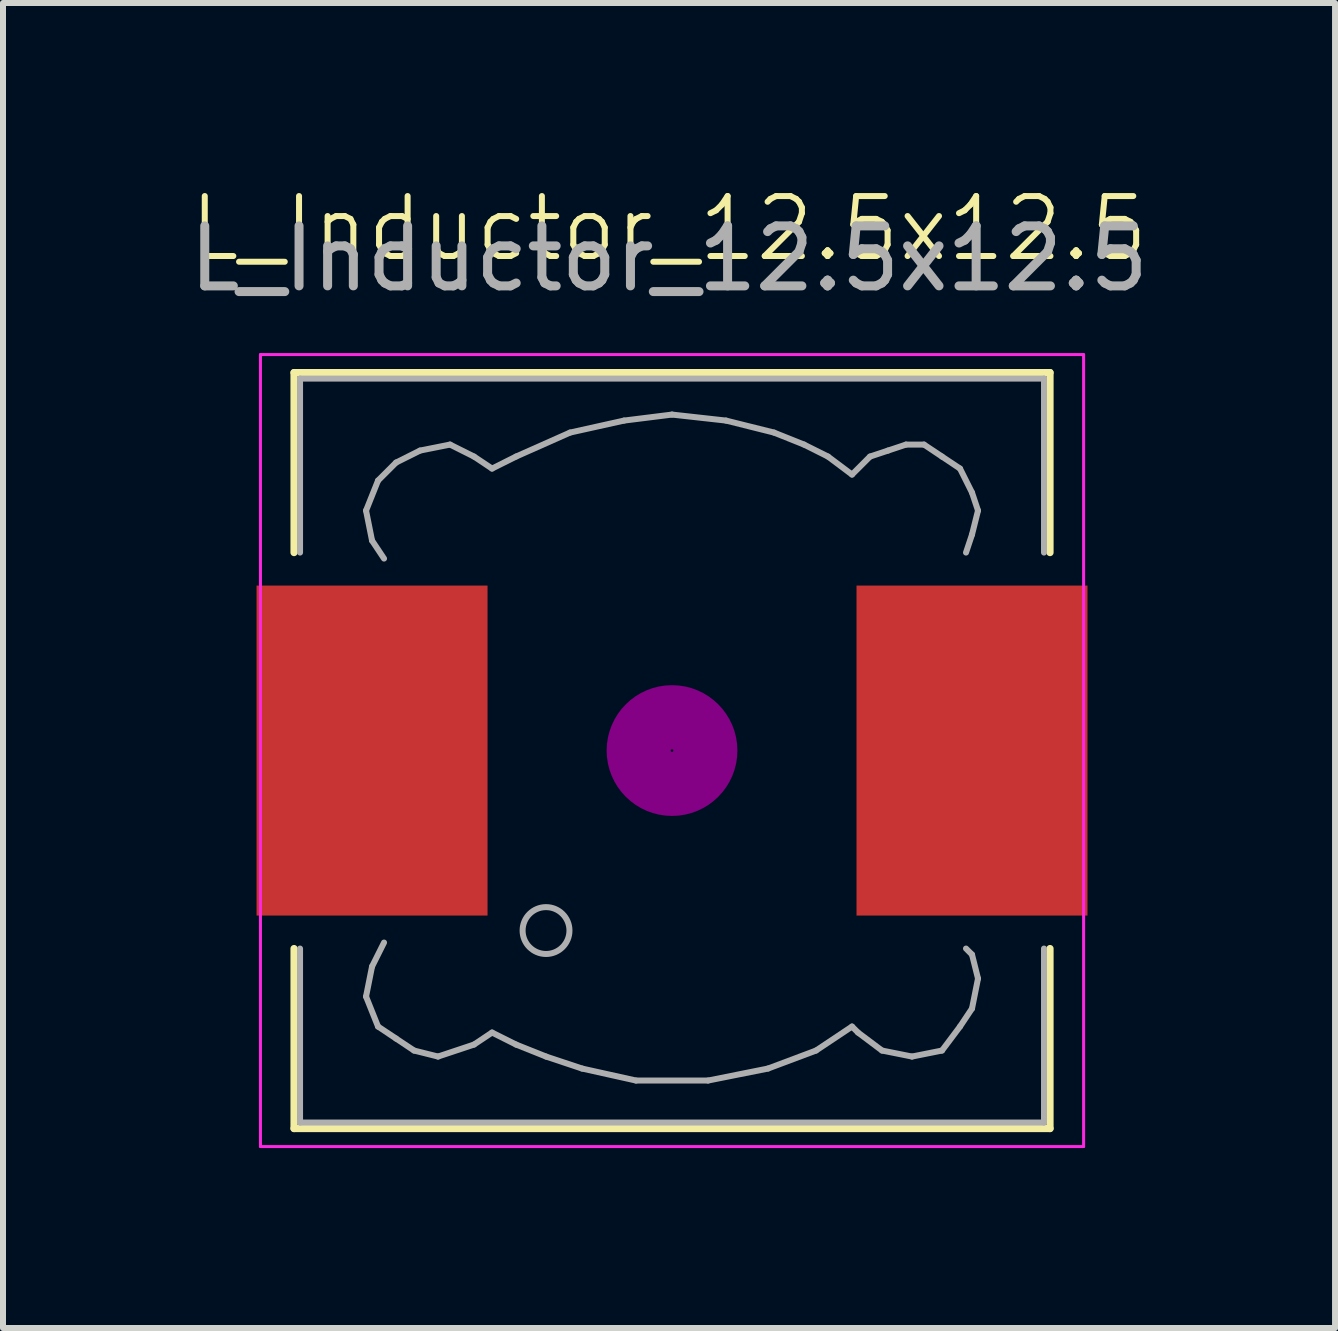
<source format=kicad_pcb>
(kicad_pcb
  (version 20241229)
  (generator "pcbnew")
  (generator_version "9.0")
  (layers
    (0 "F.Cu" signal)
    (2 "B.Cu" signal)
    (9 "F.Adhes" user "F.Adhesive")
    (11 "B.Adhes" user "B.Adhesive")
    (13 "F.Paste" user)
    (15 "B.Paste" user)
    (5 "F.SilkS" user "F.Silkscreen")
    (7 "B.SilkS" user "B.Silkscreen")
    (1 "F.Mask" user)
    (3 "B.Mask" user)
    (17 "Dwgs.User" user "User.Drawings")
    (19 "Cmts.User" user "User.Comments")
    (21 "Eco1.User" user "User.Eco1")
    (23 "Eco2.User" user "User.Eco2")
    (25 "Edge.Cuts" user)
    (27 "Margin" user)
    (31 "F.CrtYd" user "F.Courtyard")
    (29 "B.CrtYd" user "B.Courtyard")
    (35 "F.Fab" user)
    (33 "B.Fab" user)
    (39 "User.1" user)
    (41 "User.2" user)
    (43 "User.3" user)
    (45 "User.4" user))
  (footprint "L_Inductor_12.5x12.5"
    (layer "F.Cu")
    (at 8.151 9.46)
    (property "Reference" "L_Inductor_12.5x12.5" (at -0.05 -8.7 0) (unlocked yes) (layer "F.SilkS") (effects (font (size 1 1) (thickness 0.1))))
    (attr smd)
    (fp_line (start -6.3 -6.3) (end 6.3 -6.3) (stroke (width 0.12) (type solid)) (layer "F.SilkS"))
    (fp_line (start -6.3 -3.3) (end -6.3 -6.3) (stroke (width 0.12) (type solid)) (layer "F.SilkS"))
    (fp_line (start -6.3 6.3) (end -6.3 3.3) (stroke (width 0.12) (type solid)) (layer "F.SilkS"))
    (fp_line (start 6.3 -6.3) (end 6.3 -3.3) (stroke (width 0.12) (type solid)) (layer "F.SilkS"))
    (fp_line (start 6.3 3.3) (end 6.3 6.3) (stroke (width 0.12) (type solid)) (layer "F.SilkS"))
    (fp_line (start 6.3 6.3) (end -6.3 6.3) (stroke (width 0.12) (type solid)) (layer "F.SilkS"))
    (fp_circle (center 0 0) (end 0.15 0.15) (stroke (width 0.38) (type solid)) (fill no) (layer "F.Adhes"))
    (fp_circle (center 0 0) (end 0.55 0) (stroke (width 0.38) (type solid)) (fill no) (layer "F.Adhes"))
    (fp_circle (center 0 0) (end 0.9 0) (stroke (width 0.38) (type solid)) (fill no) (layer "F.Adhes"))
    (fp_line (start -6.86 -6.6) (end 6.86 -6.6) (stroke (width 0.05) (type solid)) (layer "F.CrtYd"))
    (fp_line (start -6.86 6.6) (end -6.86 -6.6) (stroke (width 0.05) (type solid)) (layer "F.CrtYd"))
    (fp_line (start 6.86 -6.6) (end 6.86 6.6) (stroke (width 0.05) (type solid)) (layer "F.CrtYd"))
    (fp_line (start 6.86 6.6) (end -6.86 6.6) (stroke (width 0.05) (type solid)) (layer "F.CrtYd"))
    (fp_line (start -6.2 -6.2) (end -6.2 -3.3) (stroke (width 0.1) (type solid)) (layer "F.Fab"))
    (fp_line (start -6.2 3.3) (end -6.2 6.2) (stroke (width 0.1) (type solid)) (layer "F.Fab"))
    (fp_line (start -6.2 6.2) (end 6.2 6.2) (stroke (width 0.1) (type solid)) (layer "F.Fab"))
    (fp_line (start -5.1 -4) (end -5 -3.5) (stroke (width 0.1) (type solid)) (layer "F.Fab"))
    (fp_line (start -5.1 4.1) (end -5 3.6) (stroke (width 0.1) (type solid)) (layer "F.Fab"))
    (fp_line (start -5 -3.5) (end -4.8 -3.2) (stroke (width 0.1) (type solid)) (layer "F.Fab"))
    (fp_line (start -5 3.6) (end -4.8 3.2) (stroke (width 0.1) (type solid)) (layer "F.Fab"))
    (fp_line (start -4.9 -4.5) (end -5.1 -4) (stroke (width 0.1) (type solid)) (layer "F.Fab"))
    (fp_line (start -4.9 4.6) (end -5.1 4.1) (stroke (width 0.1) (type solid)) (layer "F.Fab"))
    (fp_line (start -4.6 -4.8) (end -4.9 -4.5) (stroke (width 0.1) (type solid)) (layer "F.Fab"))
    (fp_line (start -4.6 4.8) (end -4.9 4.6) (stroke (width 0.1) (type solid)) (layer "F.Fab"))
    (fp_line (start -4.3 5) (end -4.6 4.8) (stroke (width 0.1) (type solid)) (layer "F.Fab"))
    (fp_line (start -4.2 -5) (end -4.6 -4.8) (stroke (width 0.1) (type solid)) (layer "F.Fab"))
    (fp_line (start -3.9 5.1) (end -4.3 5) (stroke (width 0.1) (type solid)) (layer "F.Fab"))
    (fp_line (start -3.7 -5.1) (end -4.2 -5) (stroke (width 0.1) (type solid)) (layer "F.Fab"))
    (fp_line (start -3.3 -4.9) (end -3.7 -5.1) (stroke (width 0.1) (type solid)) (layer "F.Fab"))
    (fp_line (start -3.3 4.9) (end -3.9 5.1) (stroke (width 0.1) (type solid)) (layer "F.Fab"))
    (fp_line (start -3 -4.7) (end -3.3 -4.9) (stroke (width 0.1) (type solid)) (layer "F.Fab"))
    (fp_line (start -3 4.7) (end -3.3 4.9) (stroke (width 0.1) (type solid)) (layer "F.Fab"))
    (fp_line (start -2.6 -4.9) (end -3 -4.7) (stroke (width 0.1) (type solid)) (layer "F.Fab"))
    (fp_line (start -2.6 4.9) (end -3 4.7) (stroke (width 0.1) (type solid)) (layer "F.Fab"))
    (fp_line (start -2.1 5.1) (end -2.6 4.9) (stroke (width 0.1) (type solid)) (layer "F.Fab"))
    (fp_line (start -1.7 -5.3) (end -2.6 -4.9) (stroke (width 0.1) (type solid)) (layer "F.Fab"))
    (fp_line (start -1.5 5.3) (end -2.1 5.1) (stroke (width 0.1) (type solid)) (layer "F.Fab"))
    (fp_line (start -0.8 -5.5) (end -1.7 -5.3) (stroke (width 0.1) (type solid)) (layer "F.Fab"))
    (fp_line (start -0.6 5.5) (end -1.5 5.3) (stroke (width 0.1) (type solid)) (layer "F.Fab"))
    (fp_line (start 0 -5.6) (end -0.8 -5.5) (stroke (width 0.1) (type solid)) (layer "F.Fab"))
    (fp_line (start 0.6 5.5) (end -0.6 5.5) (stroke (width 0.1) (type solid)) (layer "F.Fab"))
    (fp_line (start 0.9 -5.5) (end 0 -5.6) (stroke (width 0.1) (type solid)) (layer "F.Fab"))
    (fp_line (start 1.6 5.3) (end 0.6 5.5) (stroke (width 0.1) (type solid)) (layer "F.Fab"))
    (fp_line (start 1.7 -5.3) (end 0.9 -5.5) (stroke (width 0.1) (type solid)) (layer "F.Fab"))
    (fp_line (start 2.2 -5.1) (end 1.7 -5.3) (stroke (width 0.1) (type solid)) (layer "F.Fab"))
    (fp_line (start 2.4 5) (end 1.6 5.3) (stroke (width 0.1) (type solid)) (layer "F.Fab"))
    (fp_line (start 2.6 -4.9) (end 2.2 -5.1) (stroke (width 0.1) (type solid)) (layer "F.Fab"))
    (fp_line (start 3 -4.6) (end 2.6 -4.9) (stroke (width 0.1) (type solid)) (layer "F.Fab"))
    (fp_line (start 3 4.6) (end 2.4 5) (stroke (width 0.1) (type solid)) (layer "F.Fab"))
    (fp_line (start 3.1 4.7) (end 3 4.6) (stroke (width 0.1) (type solid)) (layer "F.Fab"))
    (fp_line (start 3.3 -4.9) (end 3 -4.6) (stroke (width 0.1) (type solid)) (layer "F.Fab"))
    (fp_line (start 3.5 5) (end 3.1 4.7) (stroke (width 0.1) (type solid)) (layer "F.Fab"))
    (fp_line (start 3.6 -5) (end 3.3 -4.9) (stroke (width 0.1) (type solid)) (layer "F.Fab"))
    (fp_line (start 3.9 -5.1) (end 3.6 -5) (stroke (width 0.1) (type solid)) (layer "F.Fab"))
    (fp_line (start 4 5.1) (end 3.5 5) (stroke (width 0.1) (type solid)) (layer "F.Fab"))
    (fp_line (start 4.2 -5.1) (end 3.9 -5.1) (stroke (width 0.1) (type solid)) (layer "F.Fab"))
    (fp_line (start 4.5 -4.9) (end 4.2 -5.1) (stroke (width 0.1) (type solid)) (layer "F.Fab"))
    (fp_line (start 4.5 5) (end 4 5.1) (stroke (width 0.1) (type solid)) (layer "F.Fab"))
    (fp_line (start 4.8 -4.7) (end 4.5 -4.9) (stroke (width 0.1) (type solid)) (layer "F.Fab"))
    (fp_line (start 4.8 4.6) (end 4.5 5) (stroke (width 0.1) (type solid)) (layer "F.Fab"))
    (fp_line (start 4.9 -3.3) (end 5 -3.6) (stroke (width 0.1) (type solid)) (layer "F.Fab"))
    (fp_line (start 4.9 3.3) (end 5 3.4) (stroke (width 0.1) (type solid)) (layer "F.Fab"))
    (fp_line (start 5 -4.3) (end 4.8 -4.7) (stroke (width 0.1) (type solid)) (layer "F.Fab"))
    (fp_line (start 5 -3.6) (end 5.1 -4) (stroke (width 0.1) (type solid)) (layer "F.Fab"))
    (fp_line (start 5 3.4) (end 5.1 3.8) (stroke (width 0.1) (type solid)) (layer "F.Fab"))
    (fp_line (start 5 4.3) (end 4.8 4.6) (stroke (width 0.1) (type solid)) (layer "F.Fab"))
    (fp_line (start 5.1 -4) (end 5 -4.3) (stroke (width 0.1) (type solid)) (layer "F.Fab"))
    (fp_line (start 5.1 3.8) (end 5 4.3) (stroke (width 0.1) (type solid)) (layer "F.Fab"))
    (fp_line (start 6.2 -6.2) (end -6.2 -6.2) (stroke (width 0.1) (type solid)) (layer "F.Fab"))
    (fp_line (start 6.2 -6.2) (end 6.2 -3.3) (stroke (width 0.1) (type solid)) (layer "F.Fab"))
    (fp_line (start 6.2 6.2) (end 6.2 3.3) (stroke (width 0.1) (type solid)) (layer "F.Fab"))
    (fp_circle (center -2.1 3) (end -1.8 3.25) (stroke (width 0.1) (type solid)) (fill no) (layer "F.Fab"))
    (fp_text user "${REFERENCE}" (at -0.05 -8.2 0) (layer "F.Fab") (effects (font (size 1 1) (thickness 0.15))))
    (pad "1" smd rect (at -5 0) (size 3.85 5.5) (layers "F.Cu" "F.Mask" "F.Paste"))
    (pad "2" smd rect (at 5 0) (size 3.85 5.5) (layers "F.Cu" "F.Mask" "F.Paste")))
  (gr_rect
    (start -3 -3)
    (end 19.202 19.085)
    (stroke (width 0.1) (type default))
    (fill no)
    (layer "Edge.Cuts")))
</source>
